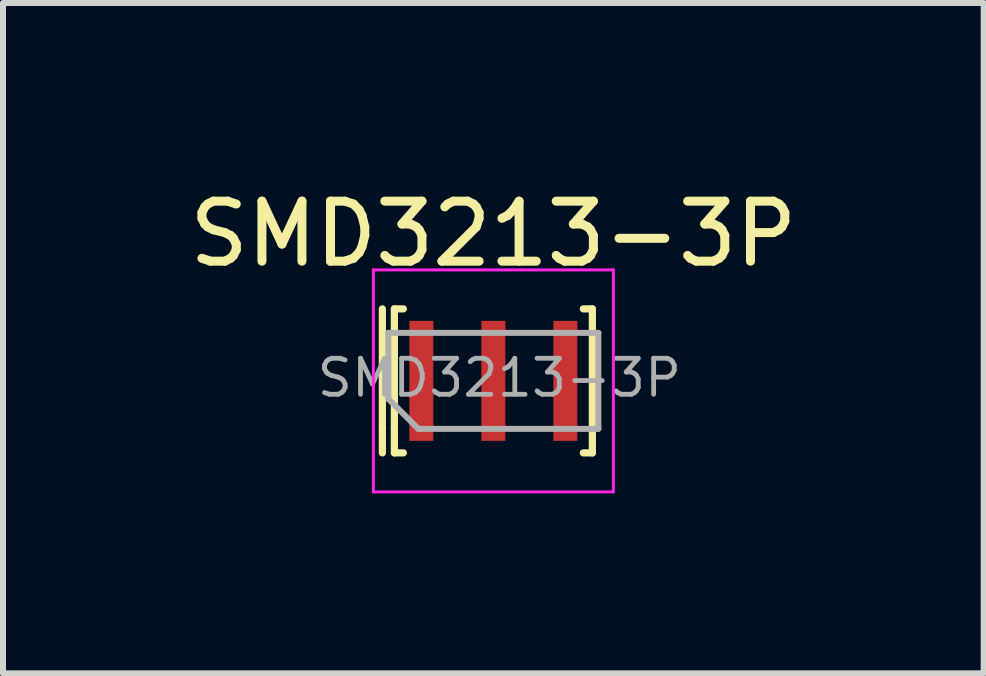
<source format=kicad_pcb>
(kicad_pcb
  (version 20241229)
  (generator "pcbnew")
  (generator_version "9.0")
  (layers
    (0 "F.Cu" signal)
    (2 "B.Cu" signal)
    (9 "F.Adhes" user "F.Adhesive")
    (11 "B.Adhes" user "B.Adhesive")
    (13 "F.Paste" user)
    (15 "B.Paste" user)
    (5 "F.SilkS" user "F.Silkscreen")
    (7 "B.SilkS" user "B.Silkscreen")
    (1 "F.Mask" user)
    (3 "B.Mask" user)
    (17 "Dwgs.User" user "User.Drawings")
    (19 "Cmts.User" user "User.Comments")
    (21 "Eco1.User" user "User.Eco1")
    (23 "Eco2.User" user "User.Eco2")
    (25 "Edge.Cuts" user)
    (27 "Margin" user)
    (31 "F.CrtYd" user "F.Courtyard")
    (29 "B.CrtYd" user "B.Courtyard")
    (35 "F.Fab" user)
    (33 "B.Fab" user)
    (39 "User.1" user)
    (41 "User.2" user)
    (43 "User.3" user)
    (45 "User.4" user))
  (footprint "SMD3213-3P"
    (layer "F.Cu")
    (at 5.173 3.298)
    (property "Reference" "SMD3213-3P" (at 0 -2.45 180) (layer "F.SilkS") (effects (font (size 1 1) (thickness 0.15))))
    (attr smd)
    (fp_line (start -1.85 -1.2) (end -1.85 0.8) (stroke (width 0.12) (type solid)) (layer "F.SilkS"))
    (fp_line (start -1.85 0.8) (end -1.85 1.2) (stroke (width 0.12) (type solid)) (layer "F.SilkS"))
    (fp_line (start -1.65 -1.2) (end -1.5 -1.2) (stroke (width 0.12) (type solid)) (layer "F.SilkS"))
    (fp_line (start -1.65 0.8) (end -1.65 -1.2) (stroke (width 0.12) (type solid)) (layer "F.SilkS"))
    (fp_line (start -1.65 0.8) (end -1.65 1.2) (stroke (width 0.12) (type solid)) (layer "F.SilkS"))
    (fp_line (start -1.65 1.2) (end -1.5 1.2) (stroke (width 0.12) (type solid)) (layer "F.SilkS"))
    (fp_line (start 1.65 -1.2) (end 1.5 -1.2) (stroke (width 0.12) (type solid)) (layer "F.SilkS"))
    (fp_line (start 1.65 -1.2) (end 1.65 0.8) (stroke (width 0.12) (type solid)) (layer "F.SilkS"))
    (fp_line (start 1.65 0.8) (end 1.65 1.2) (stroke (width 0.12) (type solid)) (layer "F.SilkS"))
    (fp_line (start 1.65 1.2) (end 1.5 1.2) (stroke (width 0.12) (type solid)) (layer "F.SilkS"))
    (fp_line (start -2 -1.85) (end 2 -1.85) (stroke (width 0.05) (type solid)) (layer "F.CrtYd"))
    (fp_line (start -2 1.85) (end -2 -1.85) (stroke (width 0.05) (type solid)) (layer "F.CrtYd"))
    (fp_line (start 2 -1.85) (end 2 1.85) (stroke (width 0.05) (type solid)) (layer "F.CrtYd"))
    (fp_line (start 2 1.85) (end -2 1.85) (stroke (width 0.05) (type solid)) (layer "F.CrtYd"))
    (fp_line (start -1.75 0.3) (end -1.75 -0.8) (stroke (width 0.1) (type solid)) (layer "F.Fab"))
    (fp_line (start -1.25 0.8) (end -1.75 0.3) (stroke (width 0.1) (type solid)) (layer "F.Fab"))
    (fp_line (start -1.25 0.8) (end 1.75 0.8) (stroke (width 0.1) (type solid)) (layer "F.Fab"))
    (fp_line (start 1.75 -0.8) (end -1.75 -0.8) (stroke (width 0.1) (type solid)) (layer "F.Fab"))
    (fp_line (start 1.75 0.8) (end 1.75 -0.8) (stroke (width 0.1) (type solid)) (layer "F.Fab"))
    (fp_text user "${REFERENCE}" (at 0.1 -0.05 180) (layer "F.Fab") (effects (font (size 0.6 0.6) (thickness 0.08))))
    (pad "1" smd rect (at -1.2 0) (size 0.4 2) (layers "F.Cu" "F.Mask" "F.Paste"))
    (pad "2" smd rect (at 1.2 0) (size 0.4 2) (layers "F.Cu" "F.Mask" "F.Paste"))
    (pad "3" smd rect (at 0 0) (size 0.4 2) (layers "F.Cu" "F.Mask" "F.Paste")))
  (gr_rect
    (start -3 -3)
    (end 13.345 8.173)
    (stroke (width 0.1) (type default))
    (fill no)
    (layer "Edge.Cuts")))
</source>
